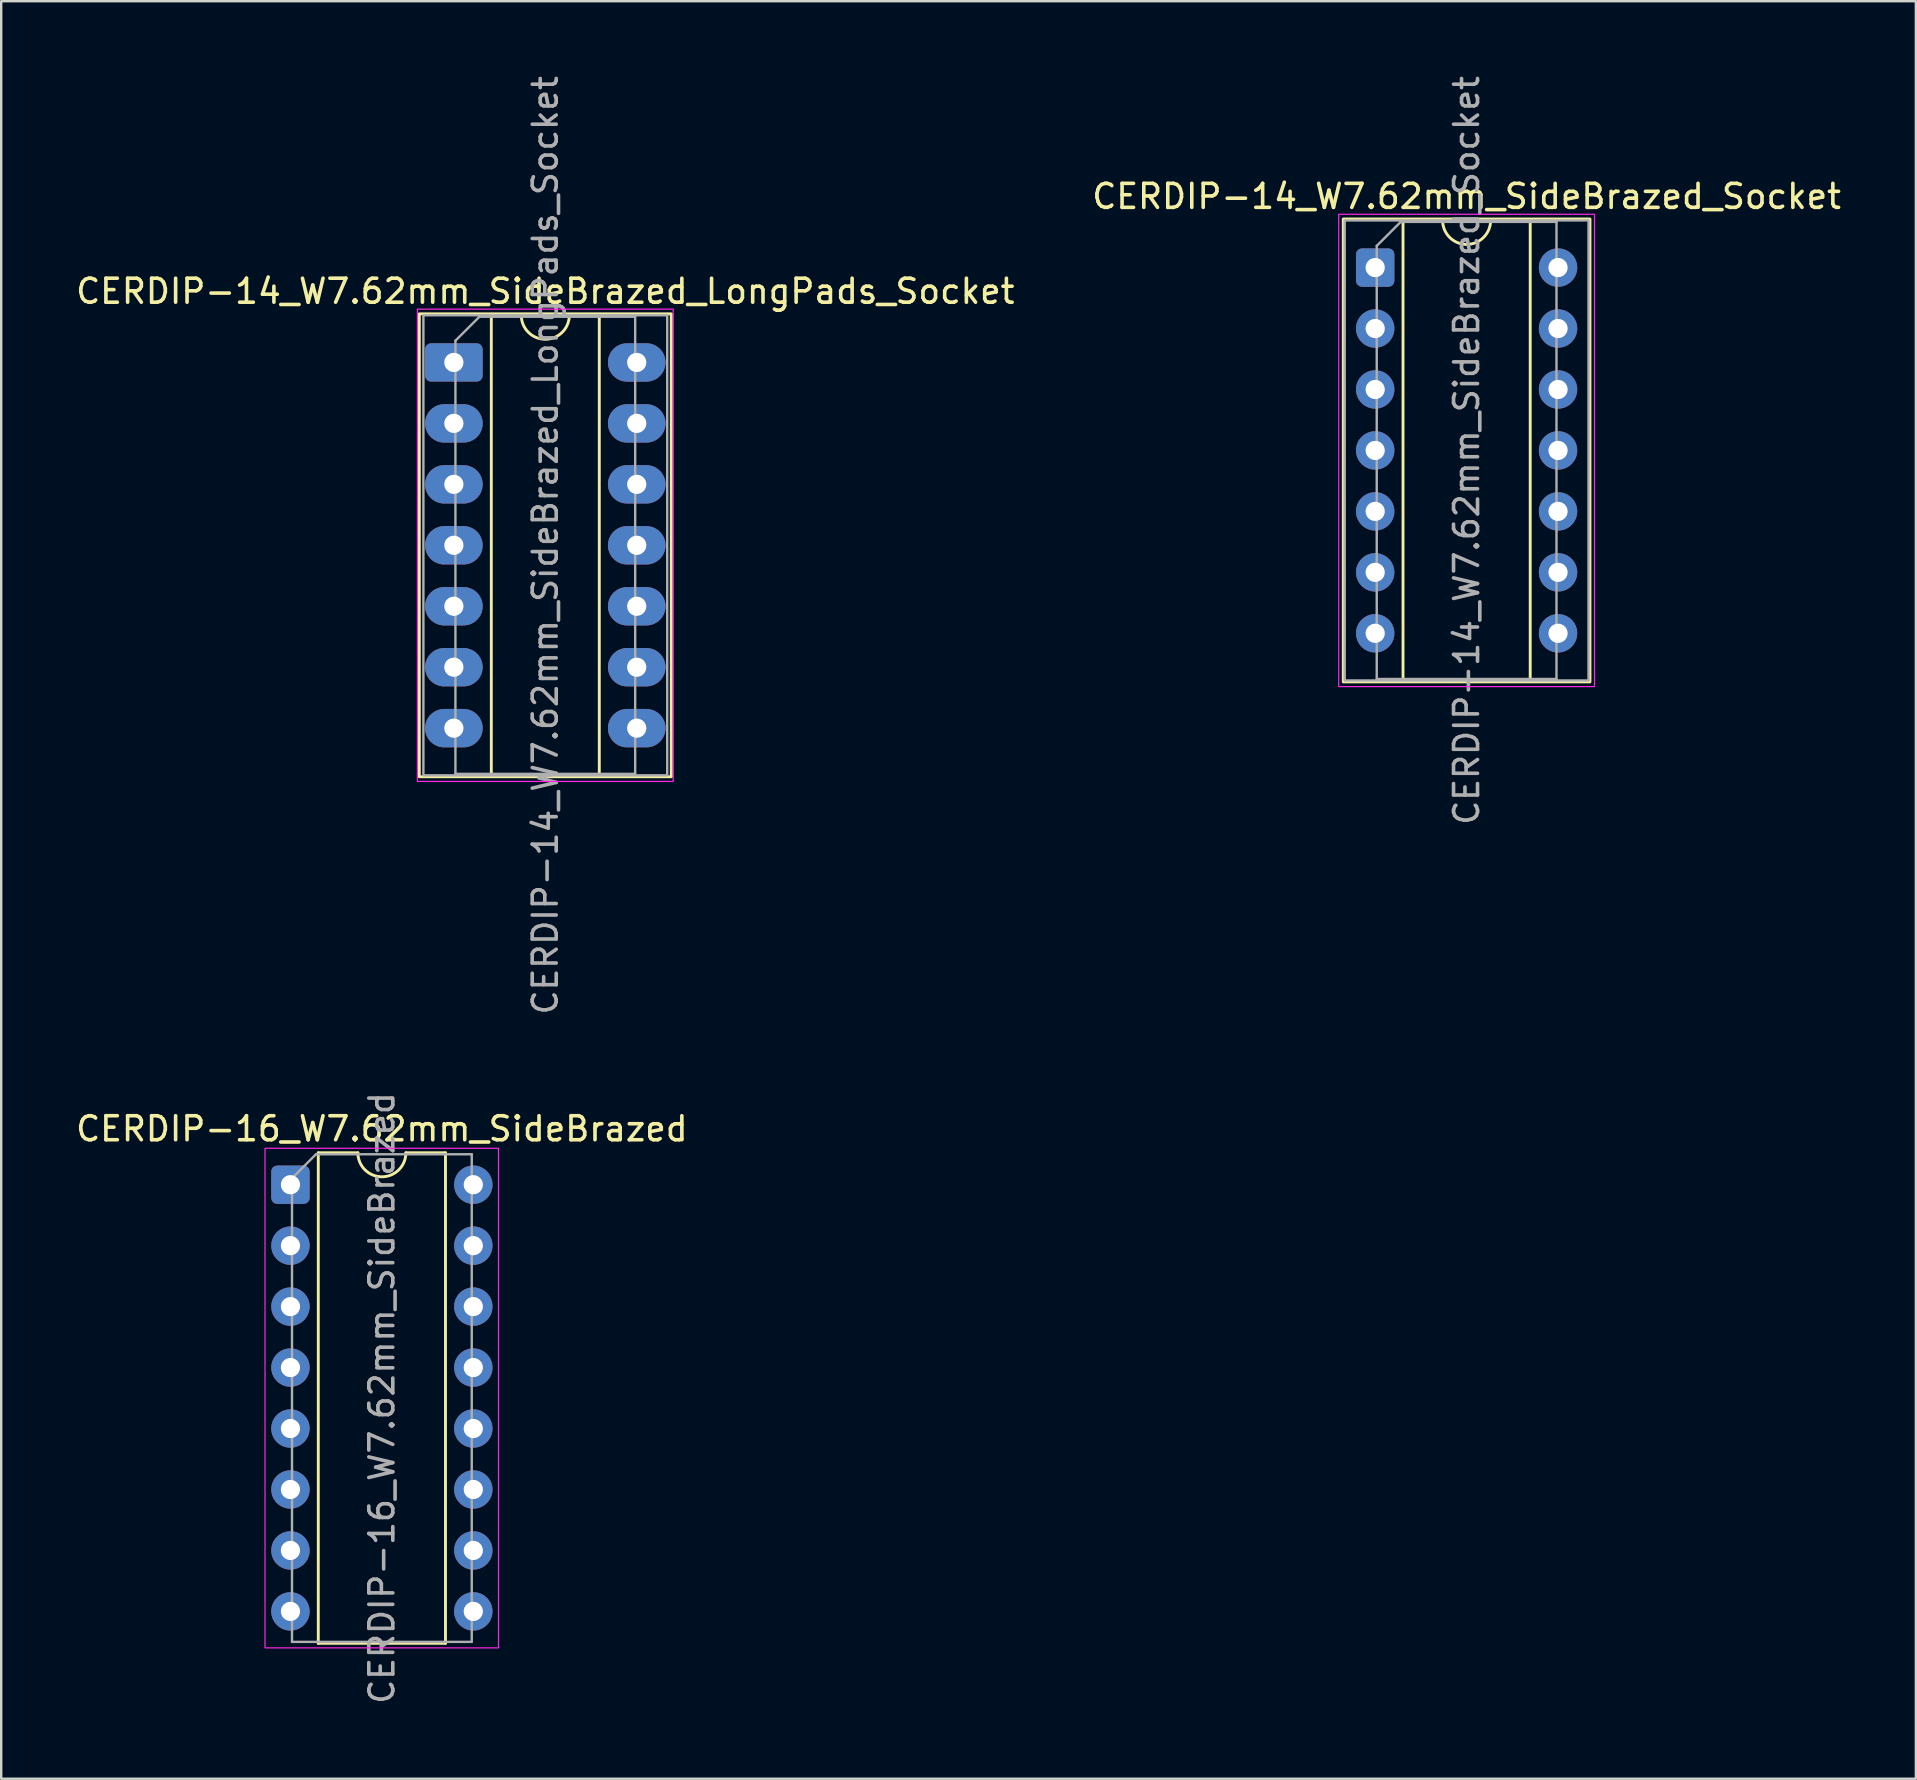
<source format=kicad_pcb>
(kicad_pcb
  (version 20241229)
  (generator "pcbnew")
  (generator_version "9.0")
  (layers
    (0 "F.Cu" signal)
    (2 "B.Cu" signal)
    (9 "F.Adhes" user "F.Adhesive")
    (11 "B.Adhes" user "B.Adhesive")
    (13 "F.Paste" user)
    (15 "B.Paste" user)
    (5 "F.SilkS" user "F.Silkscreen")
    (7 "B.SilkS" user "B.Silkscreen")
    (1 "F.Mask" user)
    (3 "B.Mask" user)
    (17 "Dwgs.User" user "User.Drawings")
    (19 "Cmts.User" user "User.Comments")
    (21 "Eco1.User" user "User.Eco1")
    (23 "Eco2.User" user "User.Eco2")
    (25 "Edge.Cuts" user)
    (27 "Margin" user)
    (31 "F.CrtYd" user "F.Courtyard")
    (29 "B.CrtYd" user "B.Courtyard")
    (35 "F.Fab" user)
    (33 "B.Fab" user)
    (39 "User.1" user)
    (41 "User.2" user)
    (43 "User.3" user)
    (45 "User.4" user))
  (footprint "CERDIP-16_W7.62mm_SideBrazed"
    (layer "F.Cu")
    (at 9.053 46.318)
    (property "Reference" "CERDIP-16_W7.62mm_SideBrazed" (at 3.81 -2.33 0) (layer "F.SilkS") (effects (font (size 1 1) (thickness 0.15))))
    (attr through_hole)
    (fp_line (start 1.16 -1.33) (end 1.16 19.11) (stroke (width 0.12) (type solid)) (layer "F.SilkS"))
    (fp_line (start 1.16 19.11) (end 6.46 19.11) (stroke (width 0.12) (type solid)) (layer "F.SilkS"))
    (fp_line (start 2.81 -1.33) (end 1.16 -1.33) (stroke (width 0.12) (type solid)) (layer "F.SilkS"))
    (fp_line (start 6.46 -1.33) (end 4.81 -1.33) (stroke (width 0.12) (type solid)) (layer "F.SilkS"))
    (fp_line (start 6.46 19.11) (end 6.46 -1.33) (stroke (width 0.12) (type solid)) (layer "F.SilkS"))
    (fp_arc (start 4.81 -1.33) (mid 3.81 -0.33) (end 2.81 -1.33) (stroke (width 0.12) (type solid)) (layer "F.SilkS"))
    (fp_rect (start -1.06 -1.52) (end 8.67 19.3) (stroke (width 0.05) (type solid)) (fill no) (layer "F.CrtYd"))
    (fp_line (start 0.065 -0.27) (end 1.065 -1.27) (stroke (width 0.1) (type solid)) (layer "F.Fab"))
    (fp_line (start 0.065 19.05) (end 0.065 -0.27) (stroke (width 0.1) (type solid)) (layer "F.Fab"))
    (fp_line (start 1.065 -1.27) (end 7.555 -1.27) (stroke (width 0.1) (type solid)) (layer "F.Fab"))
    (fp_line (start 7.555 -1.27) (end 7.555 19.05) (stroke (width 0.1) (type solid)) (layer "F.Fab"))
    (fp_line (start 7.555 19.05) (end 0.065 19.05) (stroke (width 0.1) (type solid)) (layer "F.Fab"))
    (fp_text user "${REFERENCE}" (at 3.81 8.89 90) (layer "F.Fab") (effects (font (size 1 1) (thickness 0.15))))
    (pad "1" thru_hole roundrect (at 0 0) (size 1.6 1.6) (drill 0.8) (layers "*.Cu" "*.Mask") (roundrect_rratio 0.156))
    (pad "2" thru_hole circle (at 0 2.54) (size 1.6 1.6) (drill 0.8) (layers "*.Cu" "*.Mask"))
    (pad "3" thru_hole circle (at 0 5.08) (size 1.6 1.6) (drill 0.8) (layers "*.Cu" "*.Mask"))
    (pad "4" thru_hole circle (at 0 7.62) (size 1.6 1.6) (drill 0.8) (layers "*.Cu" "*.Mask"))
    (pad "5" thru_hole circle (at 0 10.16) (size 1.6 1.6) (drill 0.8) (layers "*.Cu" "*.Mask"))
    (pad "6" thru_hole circle (at 0 12.7) (size 1.6 1.6) (drill 0.8) (layers "*.Cu" "*.Mask"))
    (pad "7" thru_hole circle (at 0 15.24) (size 1.6 1.6) (drill 0.8) (layers "*.Cu" "*.Mask"))
    (pad "8" thru_hole circle (at 0 17.78) (size 1.6 1.6) (drill 0.8) (layers "*.Cu" "*.Mask"))
    (pad "9" thru_hole circle (at 7.62 17.78) (size 1.6 1.6) (drill 0.8) (layers "*.Cu" "*.Mask"))
    (pad "10" thru_hole circle (at 7.62 15.24) (size 1.6 1.6) (drill 0.8) (layers "*.Cu" "*.Mask"))
    (pad "11" thru_hole circle (at 7.62 12.7) (size 1.6 1.6) (drill 0.8) (layers "*.Cu" "*.Mask"))
    (pad "12" thru_hole circle (at 7.62 10.16) (size 1.6 1.6) (drill 0.8) (layers "*.Cu" "*.Mask"))
    (pad "13" thru_hole circle (at 7.62 7.62) (size 1.6 1.6) (drill 0.8) (layers "*.Cu" "*.Mask"))
    (pad "14" thru_hole circle (at 7.62 5.08) (size 1.6 1.6) (drill 0.8) (layers "*.Cu" "*.Mask"))
    (pad "15" thru_hole circle (at 7.62 2.54) (size 1.6 1.6) (drill 0.8) (layers "*.Cu" "*.Mask"))
    (pad "16" thru_hole circle (at 7.62 0) (size 1.6 1.6) (drill 0.8) (layers "*.Cu" "*.Mask")))
  (footprint "CERDIP-14_W7.62mm_SideBrazed_LongPads_Socket"
    (layer "F.Cu")
    (at 15.863 12.053)
    (property "Reference" "CERDIP-14_W7.62mm_SideBrazed_LongPads_Socket" (at 3.81 -2.965 0) (layer "F.SilkS") (effects (font (size 1 1) (thickness 0.15))))
    (attr through_hole)
    (fp_line (start 1.56 -1.965) (end 1.56 17.205) (stroke (width 0.12) (type solid)) (layer "F.SilkS"))
    (fp_line (start 1.56 17.205) (end 6.06 17.205) (stroke (width 0.12) (type solid)) (layer "F.SilkS"))
    (fp_line (start 2.81 -1.965) (end 1.56 -1.965) (stroke (width 0.12) (type solid)) (layer "F.SilkS"))
    (fp_line (start 6.06 -1.965) (end 4.81 -1.965) (stroke (width 0.12) (type solid)) (layer "F.SilkS"))
    (fp_line (start 6.06 17.205) (end 6.06 -1.965) (stroke (width 0.12) (type solid)) (layer "F.SilkS"))
    (fp_rect (start -1.44 -2.025) (end 9.06 17.265) (stroke (width 0.12) (type solid)) (fill no) (layer "F.SilkS"))
    (fp_arc (start 4.81 -1.965) (mid 3.81 -0.965) (end 2.81 -1.965) (stroke (width 0.12) (type solid)) (layer "F.SilkS"))
    (fp_rect (start -1.52 -2.22) (end 9.14 17.46) (stroke (width 0.05) (type solid)) (fill no) (layer "F.CrtYd"))
    (fp_line (start 0.065 -0.905) (end 1.065 -1.905) (stroke (width 0.1) (type solid)) (layer "F.Fab"))
    (fp_line (start 0.065 17.145) (end 0.065 -0.905) (stroke (width 0.1) (type solid)) (layer "F.Fab"))
    (fp_line (start 1.065 -1.905) (end 7.555 -1.905) (stroke (width 0.1) (type solid)) (layer "F.Fab"))
    (fp_line (start 7.555 -1.905) (end 7.555 17.145) (stroke (width 0.1) (type solid)) (layer "F.Fab"))
    (fp_line (start 7.555 17.145) (end 0.065 17.145) (stroke (width 0.1) (type solid)) (layer "F.Fab"))
    (fp_rect (start -1.27 -1.965) (end 8.89 17.205) (stroke (width 0.1) (type solid)) (fill no) (layer "F.Fab"))
    (fp_text user "${REFERENCE}" (at 3.81 7.62 90) (layer "F.Fab") (effects (font (size 1 1) (thickness 0.15))))
    (pad "1" thru_hole roundrect (at 0 0) (size 2.4 1.6) (drill 0.8) (layers "*.Cu" "*.Mask") (roundrect_rratio 0.156))
    (pad "2" thru_hole oval (at 0 2.54) (size 2.4 1.6) (drill 0.8) (layers "*.Cu" "*.Mask"))
    (pad "3" thru_hole oval (at 0 5.08) (size 2.4 1.6) (drill 0.8) (layers "*.Cu" "*.Mask"))
    (pad "4" thru_hole oval (at 0 7.62) (size 2.4 1.6) (drill 0.8) (layers "*.Cu" "*.Mask"))
    (pad "5" thru_hole oval (at 0 10.16) (size 2.4 1.6) (drill 0.8) (layers "*.Cu" "*.Mask"))
    (pad "6" thru_hole oval (at 0 12.7) (size 2.4 1.6) (drill 0.8) (layers "*.Cu" "*.Mask"))
    (pad "7" thru_hole oval (at 0 15.24) (size 2.4 1.6) (drill 0.8) (layers "*.Cu" "*.Mask"))
    (pad "8" thru_hole oval (at 7.62 15.24) (size 2.4 1.6) (drill 0.8) (layers "*.Cu" "*.Mask"))
    (pad "9" thru_hole oval (at 7.62 12.7) (size 2.4 1.6) (drill 0.8) (layers "*.Cu" "*.Mask"))
    (pad "10" thru_hole oval (at 7.62 10.16) (size 2.4 1.6) (drill 0.8) (layers "*.Cu" "*.Mask"))
    (pad "11" thru_hole oval (at 7.62 7.62) (size 2.4 1.6) (drill 0.8) (layers "*.Cu" "*.Mask"))
    (pad "12" thru_hole oval (at 7.62 5.08) (size 2.4 1.6) (drill 0.8) (layers "*.Cu" "*.Mask"))
    (pad "13" thru_hole oval (at 7.62 2.54) (size 2.4 1.6) (drill 0.8) (layers "*.Cu" "*.Mask"))
    (pad "14" thru_hole oval (at 7.62 0) (size 2.4 1.6) (drill 0.8) (layers "*.Cu" "*.Mask")))
  (footprint "CERDIP-14_W7.62mm_SideBrazed_Socket"
    (layer "F.Cu")
    (at 54.255 8.1)
    (property "Reference" "CERDIP-14_W7.62mm_SideBrazed_Socket" (at 3.81 -2.965 0) (layer "F.SilkS") (effects (font (size 1 1) (thickness 0.15))))
    (attr through_hole)
    (fp_line (start 1.16 -1.965) (end 1.16 17.205) (stroke (width 0.12) (type solid)) (layer "F.SilkS"))
    (fp_line (start 1.16 17.205) (end 6.46 17.205) (stroke (width 0.12) (type solid)) (layer "F.SilkS"))
    (fp_line (start 2.81 -1.965) (end 1.16 -1.965) (stroke (width 0.12) (type solid)) (layer "F.SilkS"))
    (fp_line (start 6.46 -1.965) (end 4.81 -1.965) (stroke (width 0.12) (type solid)) (layer "F.SilkS"))
    (fp_line (start 6.46 17.205) (end 6.46 -1.965) (stroke (width 0.12) (type solid)) (layer "F.SilkS"))
    (fp_rect (start -1.33 -2.025) (end 8.95 17.265) (stroke (width 0.12) (type solid)) (fill no) (layer "F.SilkS"))
    (fp_arc (start 4.81 -1.965) (mid 3.81 -0.965) (end 2.81 -1.965) (stroke (width 0.12) (type solid)) (layer "F.SilkS"))
    (fp_rect (start -1.52 -2.22) (end 9.14 17.46) (stroke (width 0.05) (type solid)) (fill no) (layer "F.CrtYd"))
    (fp_line (start 0.065 -0.905) (end 1.065 -1.905) (stroke (width 0.1) (type solid)) (layer "F.Fab"))
    (fp_line (start 0.065 17.145) (end 0.065 -0.905) (stroke (width 0.1) (type solid)) (layer "F.Fab"))
    (fp_line (start 1.065 -1.905) (end 7.555 -1.905) (stroke (width 0.1) (type solid)) (layer "F.Fab"))
    (fp_line (start 7.555 -1.905) (end 7.555 17.145) (stroke (width 0.1) (type solid)) (layer "F.Fab"))
    (fp_line (start 7.555 17.145) (end 0.065 17.145) (stroke (width 0.1) (type solid)) (layer "F.Fab"))
    (fp_rect (start -1.27 -1.965) (end 8.89 17.205) (stroke (width 0.1) (type solid)) (fill no) (layer "F.Fab"))
    (fp_text user "${REFERENCE}" (at 3.81 7.62 90) (layer "F.Fab") (effects (font (size 1 1) (thickness 0.15))))
    (pad "1" thru_hole roundrect (at 0 0) (size 1.6 1.6) (drill 0.8) (layers "*.Cu" "*.Mask") (roundrect_rratio 0.156))
    (pad "2" thru_hole circle (at 0 2.54) (size 1.6 1.6) (drill 0.8) (layers "*.Cu" "*.Mask"))
    (pad "3" thru_hole circle (at 0 5.08) (size 1.6 1.6) (drill 0.8) (layers "*.Cu" "*.Mask"))
    (pad "4" thru_hole circle (at 0 7.62) (size 1.6 1.6) (drill 0.8) (layers "*.Cu" "*.Mask"))
    (pad "5" thru_hole circle (at 0 10.16) (size 1.6 1.6) (drill 0.8) (layers "*.Cu" "*.Mask"))
    (pad "6" thru_hole circle (at 0 12.7) (size 1.6 1.6) (drill 0.8) (layers "*.Cu" "*.Mask"))
    (pad "7" thru_hole circle (at 0 15.24) (size 1.6 1.6) (drill 0.8) (layers "*.Cu" "*.Mask"))
    (pad "8" thru_hole circle (at 7.62 15.24) (size 1.6 1.6) (drill 0.8) (layers "*.Cu" "*.Mask"))
    (pad "9" thru_hole circle (at 7.62 12.7) (size 1.6 1.6) (drill 0.8) (layers "*.Cu" "*.Mask"))
    (pad "10" thru_hole circle (at 7.62 10.16) (size 1.6 1.6) (drill 0.8) (layers "*.Cu" "*.Mask"))
    (pad "11" thru_hole circle (at 7.62 7.62) (size 1.6 1.6) (drill 0.8) (layers "*.Cu" "*.Mask"))
    (pad "12" thru_hole circle (at 7.62 5.08) (size 1.6 1.6) (drill 0.8) (layers "*.Cu" "*.Mask"))
    (pad "13" thru_hole circle (at 7.62 2.54) (size 1.6 1.6) (drill 0.8) (layers "*.Cu" "*.Mask"))
    (pad "14" thru_hole circle (at 7.62 0) (size 1.6 1.6) (drill 0.8) (layers "*.Cu" "*.Mask")))
  (gr_rect
    (start -3 -3)
    (end 76.786 71.071)
    (stroke (width 0.1) (type default))
    (fill no)
    (layer "Edge.Cuts")))
</source>
